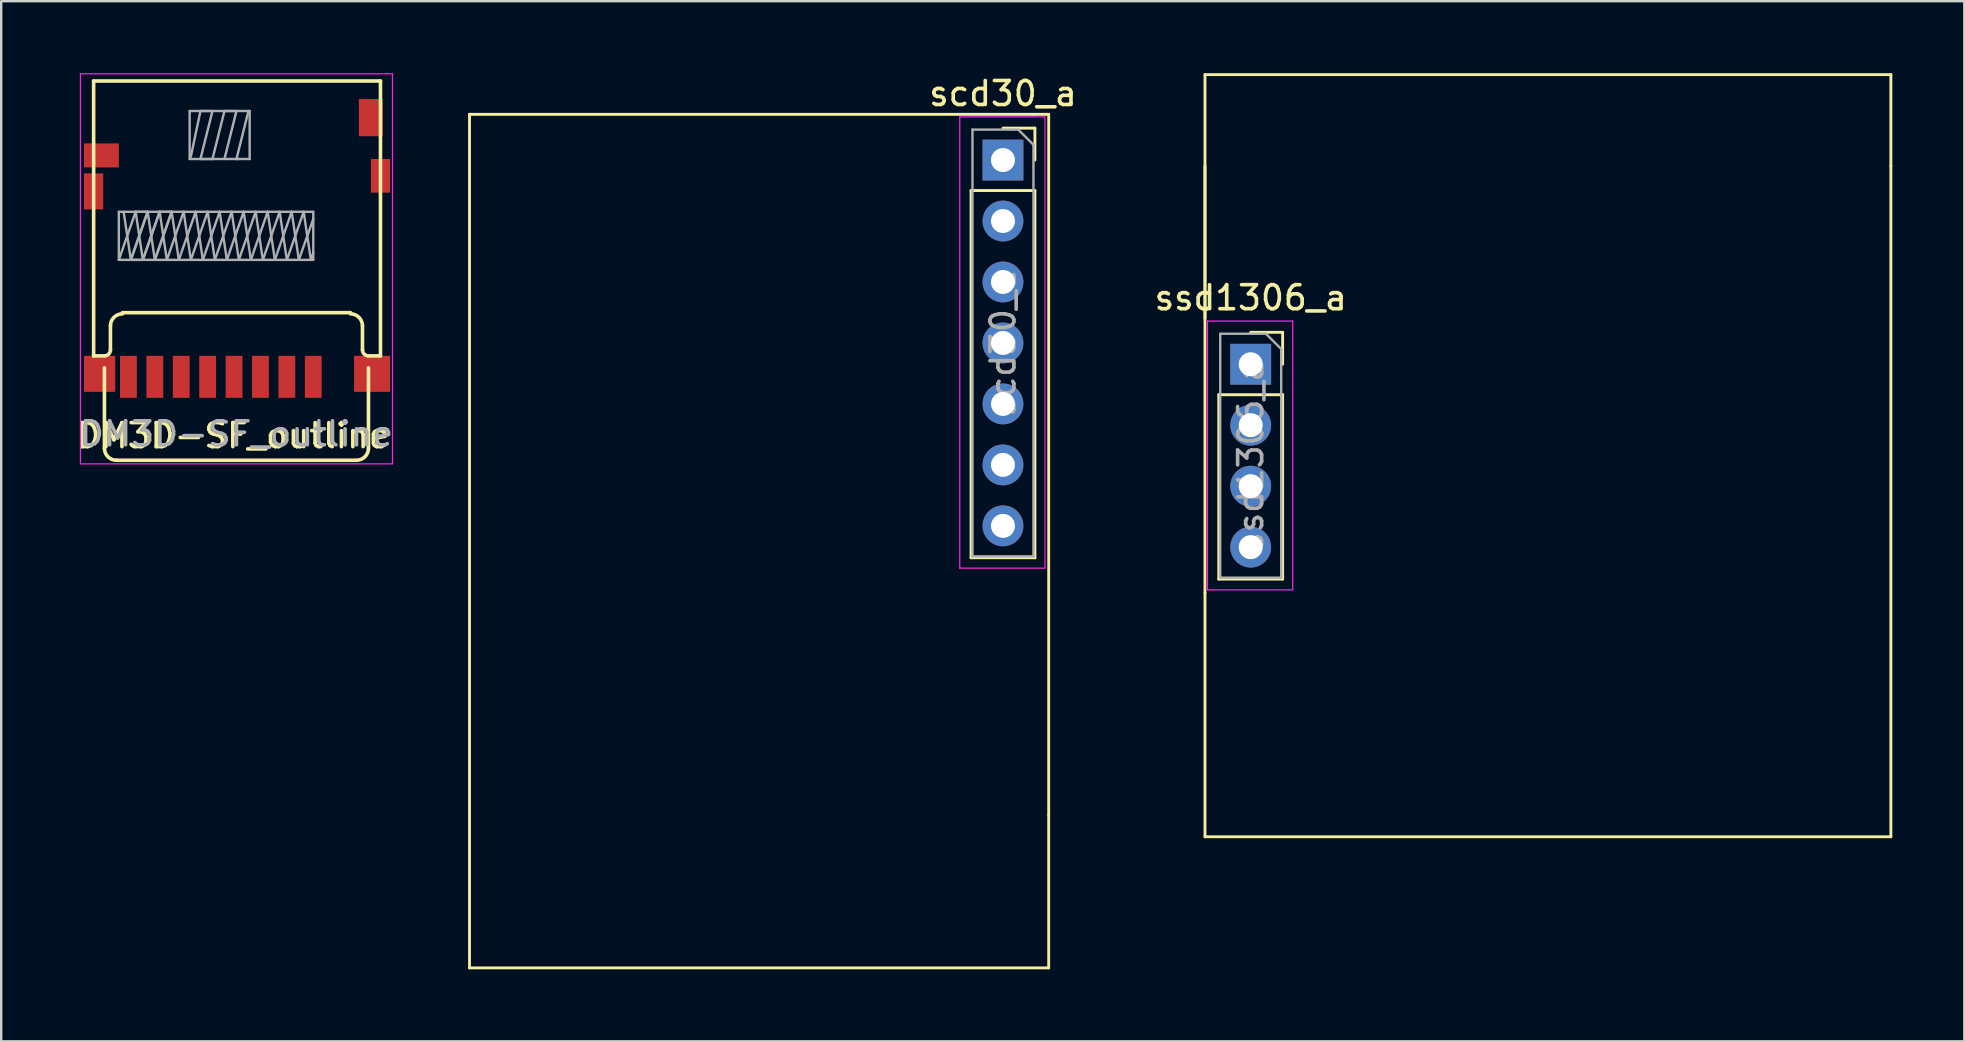
<source format=kicad_pcb>
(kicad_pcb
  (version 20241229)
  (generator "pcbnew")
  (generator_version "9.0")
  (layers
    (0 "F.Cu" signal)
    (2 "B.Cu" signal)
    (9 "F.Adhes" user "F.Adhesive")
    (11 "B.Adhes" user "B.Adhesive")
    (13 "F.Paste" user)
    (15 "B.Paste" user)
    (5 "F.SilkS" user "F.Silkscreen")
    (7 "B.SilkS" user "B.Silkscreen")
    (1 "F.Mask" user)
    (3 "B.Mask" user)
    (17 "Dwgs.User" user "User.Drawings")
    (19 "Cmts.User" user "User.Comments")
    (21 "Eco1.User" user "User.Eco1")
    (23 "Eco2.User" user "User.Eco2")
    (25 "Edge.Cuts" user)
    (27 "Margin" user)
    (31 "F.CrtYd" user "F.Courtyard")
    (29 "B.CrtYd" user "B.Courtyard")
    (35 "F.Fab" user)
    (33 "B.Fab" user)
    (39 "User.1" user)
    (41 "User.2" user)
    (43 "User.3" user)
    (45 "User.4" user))
  (footprint "ssd1306_a"
    (layer "F.Cu")
    (at 49.056 12.125)
    (property "Reference" "ssd1306_a" (at 0 -2.77 0) (layer "F.SilkS") (effects (font (size 1 1) (thickness 0.15))))
    (attr through_hole)
    (fp_line (start -1.905 -12.065) (end 26.67 -12.065) (stroke (width 0.12) (type solid)) (layer "F.SilkS"))
    (fp_line (start -1.905 -1.905) (end -1.905 -12.065) (stroke (width 0.12) (type solid)) (layer "F.SilkS"))
    (fp_line (start -1.905 9.525) (end -1.905 -8.255) (stroke (width 0.12) (type solid)) (layer "F.SilkS"))
    (fp_line (start -1.905 9.525) (end -1.905 19.685) (stroke (width 0.12) (type solid)) (layer "F.SilkS"))
    (fp_line (start -1.905 19.685) (end 26.67 19.685) (stroke (width 0.12) (type solid)) (layer "F.SilkS"))
    (fp_line (start -1.33 1.27) (end -1.33 8.95) (stroke (width 0.12) (type solid)) (layer "F.SilkS"))
    (fp_line (start -1.33 1.27) (end 1.33 1.27) (stroke (width 0.12) (type solid)) (layer "F.SilkS"))
    (fp_line (start -1.33 8.95) (end 1.33 8.95) (stroke (width 0.12) (type solid)) (layer "F.SilkS"))
    (fp_line (start 0 -1.33) (end 1.33 -1.33) (stroke (width 0.12) (type solid)) (layer "F.SilkS"))
    (fp_line (start 1.33 -1.33) (end 1.33 0) (stroke (width 0.12) (type solid)) (layer "F.SilkS"))
    (fp_line (start 1.33 1.27) (end 1.33 8.95) (stroke (width 0.12) (type solid)) (layer "F.SilkS"))
    (fp_line (start 26.67 -12.065) (end 26.67 -8.255) (stroke (width 0.12) (type solid)) (layer "F.SilkS"))
    (fp_line (start 26.67 19.685) (end 26.67 -8.255) (stroke (width 0.12) (type solid)) (layer "F.SilkS"))
    (fp_line (start -1.8 -1.8) (end 1.75 -1.8) (stroke (width 0.05) (type solid)) (layer "F.CrtYd"))
    (fp_line (start -1.8 9.4) (end -1.8 -1.8) (stroke (width 0.05) (type solid)) (layer "F.CrtYd"))
    (fp_line (start 1.75 -1.8) (end 1.75 9.4) (stroke (width 0.05) (type solid)) (layer "F.CrtYd"))
    (fp_line (start 1.75 9.4) (end -1.8 9.4) (stroke (width 0.05) (type solid)) (layer "F.CrtYd"))
    (fp_line (start -1.27 -1.27) (end 0.635 -1.27) (stroke (width 0.1) (type solid)) (layer "F.Fab"))
    (fp_line (start -1.27 8.89) (end -1.27 -1.27) (stroke (width 0.1) (type solid)) (layer "F.Fab"))
    (fp_line (start 0.635 -1.27) (end 1.27 -0.635) (stroke (width 0.1) (type solid)) (layer "F.Fab"))
    (fp_line (start 1.27 -0.635) (end 1.27 8.89) (stroke (width 0.1) (type solid)) (layer "F.Fab"))
    (fp_line (start 1.27 8.89) (end -1.27 8.89) (stroke (width 0.1) (type solid)) (layer "F.Fab"))
    (fp_text user "${REFERENCE}" (at 0 3.81 90) (layer "F.Fab") (effects (font (size 1 1) (thickness 0.15))))
    (pad "1" thru_hole rect (at 0 0) (size 1.7 1.7) (drill 1) (layers "*.Cu" "*.Mask"))
    (pad "2" thru_hole oval (at 0 2.54) (size 1.7 1.7) (drill 1) (layers "*.Cu" "*.Mask"))
    (pad "3" thru_hole oval (at 0 5.08) (size 1.7 1.7) (drill 1) (layers "*.Cu" "*.Mask"))
    (pad "4" thru_hole oval (at 0 7.62) (size 1.7 1.7) (drill 1) (layers "*.Cu" "*.Mask")))
  (footprint "scd30_a"
    (layer "F.Cu")
    (at 38.735 3.618)
    (property "Reference" "scd30_a" (at 0 -2.77 0) (layer "F.SilkS") (effects (font (size 1 1) (thickness 0.15))))
    (attr through_hole)
    (fp_line (start -22.225 -1.905) (end 1.27 -1.905) (stroke (width 0.12) (type solid)) (layer "F.SilkS"))
    (fp_line (start -22.225 33.655) (end -22.225 -1.905) (stroke (width 0.12) (type solid)) (layer "F.SilkS"))
    (fp_line (start -22.225 33.655) (end 1.905 33.655) (stroke (width 0.12) (type solid)) (layer "F.SilkS"))
    (fp_line (start -1.33 1.27) (end -1.33 16.57) (stroke (width 0.12) (type solid)) (layer "F.SilkS"))
    (fp_line (start -1.33 1.27) (end 1.33 1.27) (stroke (width 0.12) (type solid)) (layer "F.SilkS"))
    (fp_line (start -1.33 16.57) (end 1.33 16.57) (stroke (width 0.12) (type solid)) (layer "F.SilkS"))
    (fp_line (start 0 -1.33) (end 1.33 -1.33) (stroke (width 0.12) (type solid)) (layer "F.SilkS"))
    (fp_line (start 1.33 -1.33) (end 1.33 0) (stroke (width 0.12) (type solid)) (layer "F.SilkS"))
    (fp_line (start 1.33 1.27) (end 1.33 16.57) (stroke (width 0.12) (type solid)) (layer "F.SilkS"))
    (fp_line (start 1.905 -1.905) (end 1.27 -1.905) (stroke (width 0.12) (type solid)) (layer "F.SilkS"))
    (fp_line (start 1.905 27.305) (end 1.905 -1.905) (stroke (width 0.12) (type solid)) (layer "F.SilkS"))
    (fp_line (start 1.905 33.655) (end 1.905 27.305) (stroke (width 0.12) (type solid)) (layer "F.SilkS"))
    (fp_line (start -1.8 -1.8) (end 1.75 -1.8) (stroke (width 0.05) (type solid)) (layer "F.CrtYd"))
    (fp_line (start -1.8 17) (end -1.8 -1.8) (stroke (width 0.05) (type solid)) (layer "F.CrtYd"))
    (fp_line (start 1.75 -1.8) (end 1.75 17) (stroke (width 0.05) (type solid)) (layer "F.CrtYd"))
    (fp_line (start 1.75 17) (end -1.8 17) (stroke (width 0.05) (type solid)) (layer "F.CrtYd"))
    (fp_line (start -1.27 -1.27) (end 0.635 -1.27) (stroke (width 0.1) (type solid)) (layer "F.Fab"))
    (fp_line (start -1.27 16.51) (end -1.27 -1.27) (stroke (width 0.1) (type solid)) (layer "F.Fab"))
    (fp_line (start 0.635 -1.27) (end 1.27 -0.635) (stroke (width 0.1) (type solid)) (layer "F.Fab"))
    (fp_line (start 1.27 -0.635) (end 1.27 16.51) (stroke (width 0.1) (type solid)) (layer "F.Fab"))
    (fp_line (start 1.27 16.51) (end -1.27 16.51) (stroke (width 0.1) (type solid)) (layer "F.Fab"))
    (fp_text user "${REFERENCE}" (at 0 7.62 90) (layer "F.Fab") (effects (font (size 1 1) (thickness 0.15))))
    (pad "1" thru_hole rect (at 0 0) (size 1.7 1.7) (drill 1) (layers "*.Cu" "*.Mask"))
    (pad "2" thru_hole oval (at 0 2.54) (size 1.7 1.7) (drill 1) (layers "*.Cu" "*.Mask"))
    (pad "3" thru_hole oval (at 0 5.08) (size 1.7 1.7) (drill 1) (layers "*.Cu" "*.Mask"))
    (pad "4" thru_hole oval (at 0 7.62) (size 1.7 1.7) (drill 1) (layers "*.Cu" "*.Mask"))
    (pad "5" thru_hole oval (at 0 10.16) (size 1.7 1.7) (drill 1) (layers "*.Cu" "*.Mask"))
    (pad "6" thru_hole oval (at 0 12.7) (size 1.7 1.7) (drill 1) (layers "*.Cu" "*.Mask"))
    (pad "7" thru_hole oval (at 0 15.24) (size 1.7 1.7) (drill 1) (layers "*.Cu" "*.Mask")))
  (footprint "DM3D-SF_outline"
    (layer "F.Cu")
    (at 6.801 11.775)
    (property "Reference" "DM3D-SF_outline" (at -0.152 3.327 0) (layer "F.SilkS") (effects (font (size 1 1) (thickness 0.15))))
    (attr smd)
    (fp_line (start -5.95 -11.45) (end 6 -11.45) (stroke (width 0.15) (type solid)) (layer "F.SilkS"))
    (fp_line (start -5.95 0) (end -5.95 -11.45) (stroke (width 0.15) (type solid)) (layer "F.SilkS"))
    (fp_line (start -5.95 0) (end -5.5 0) (stroke (width 0.15) (type solid)) (layer "F.SilkS"))
    (fp_line (start -5.5 0.5) (end -5.5 3.85) (stroke (width 0.15) (type solid)) (layer "F.SilkS"))
    (fp_line (start -5.25 -0.25) (end -5.25 -1.25) (stroke (width 0.15) (type solid)) (layer "F.SilkS"))
    (fp_line (start -5 4.35) (end 5 4.35) (stroke (width 0.15) (type solid)) (layer "F.SilkS"))
    (fp_line (start -4.75 -1.8) (end 4.75 -1.8) (stroke (width 0.15) (type solid)) (layer "F.SilkS"))
    (fp_line (start 5.25 -0.25) (end 5.25 -1.25) (stroke (width 0.15) (type solid)) (layer "F.SilkS"))
    (fp_line (start 5.5 0) (end 6 0) (stroke (width 0.15) (type solid)) (layer "F.SilkS"))
    (fp_line (start 5.5 3.85) (end 5.5 0.5) (stroke (width 0.15) (type solid)) (layer "F.SilkS"))
    (fp_line (start 6 0) (end 6 -11.45) (stroke (width 0.15) (type solid)) (layer "F.SilkS"))
    (fp_arc (start -5.25 -1.25) (mid -5.103553 -1.603553) (end -4.75 -1.75) (stroke (width 0.15) (type solid)) (layer "F.SilkS"))
    (fp_arc (start -5.25 -0.25) (mid -5.323223 -0.073223) (end -5.5 0) (stroke (width 0.15) (type solid)) (layer "F.SilkS"))
    (fp_arc (start -5 4.35) (mid -5.353553 4.203553) (end -5.5 3.85) (stroke (width 0.15) (type solid)) (layer "F.SilkS"))
    (fp_arc (start 4.75 -1.75) (mid 5.103553 -1.603553) (end 5.25 -1.25) (stroke (width 0.15) (type solid)) (layer "F.SilkS"))
    (fp_arc (start 5.5 0) (mid 5.323223 -0.073223) (end 5.25 -0.25) (stroke (width 0.15) (type solid)) (layer "F.SilkS"))
    (fp_arc (start 5.5 3.85) (mid 5.353553 4.203553) (end 5 4.35) (stroke (width 0.15) (type solid)) (layer "F.SilkS"))
    (fp_line (start -6.5 -11.75) (end 6.5 -11.75) (stroke (width 0.05) (type solid)) (layer "F.CrtYd"))
    (fp_line (start -6.5 4.5) (end -6.5 -11.75) (stroke (width 0.05) (type solid)) (layer "F.CrtYd"))
    (fp_line (start 6.5 -11.75) (end 6.5 4.5) (stroke (width 0.05) (type solid)) (layer "F.CrtYd"))
    (fp_line (start 6.5 4.5) (end -6.5 4.5) (stroke (width 0.05) (type solid)) (layer "F.CrtYd"))
    (fp_line (start -4.9 -6) (end -4.9 -4) (stroke (width 0.1) (type solid)) (layer "F.Fab"))
    (fp_line (start -4.9 -6) (end 3.2 -6) (stroke (width 0.1) (type solid)) (layer "F.Fab"))
    (fp_line (start -4.9 -4) (end -4.2 -6) (stroke (width 0.1) (type solid)) (layer "F.Fab"))
    (fp_line (start -4.9 -4) (end 3.2 -4) (stroke (width 0.1) (type solid)) (layer "F.Fab"))
    (fp_line (start -4.7 -6) (end -4.4 -4) (stroke (width 0.1) (type solid)) (layer "F.Fab"))
    (fp_line (start -4.4 -4) (end -3.9 -4) (stroke (width 0.1) (type solid)) (layer "F.Fab"))
    (fp_line (start -4.4 -4) (end -3.7 -6) (stroke (width 0.1) (type solid)) (layer "F.Fab"))
    (fp_line (start -4.2 -6) (end -3.9 -4) (stroke (width 0.1) (type solid)) (layer "F.Fab"))
    (fp_line (start -4.2 -6) (end -3.7 -6) (stroke (width 0.1) (type solid)) (layer "F.Fab"))
    (fp_line (start -3.9 -4) (end -3.2 -6) (stroke (width 0.1) (type solid)) (layer "F.Fab"))
    (fp_line (start -3.9 -4) (end -3.2 -6) (stroke (width 0.1) (type solid)) (layer "F.Fab"))
    (fp_line (start -3.7 -6) (end -4.4 -4) (stroke (width 0.1) (type solid)) (layer "F.Fab"))
    (fp_line (start -3.7 -6) (end -3.4 -4) (stroke (width 0.1) (type solid)) (layer "F.Fab"))
    (fp_line (start -3.4 -4) (end -2.7 -6) (stroke (width 0.1) (type solid)) (layer "F.Fab"))
    (fp_line (start -3.2 -6) (end -2.9 -4) (stroke (width 0.1) (type solid)) (layer "F.Fab"))
    (fp_line (start -3.2 -6) (end -2.7 -6) (stroke (width 0.1) (type solid)) (layer "F.Fab"))
    (fp_line (start -2.9 -4) (end -2.2 -6) (stroke (width 0.1) (type solid)) (layer "F.Fab"))
    (fp_line (start -2.7 -6) (end -3.4 -4) (stroke (width 0.1) (type solid)) (layer "F.Fab"))
    (fp_line (start -2.7 -6) (end -2.4 -4) (stroke (width 0.1) (type solid)) (layer "F.Fab"))
    (fp_line (start -2.4 -4) (end -1.7 -6) (stroke (width 0.1) (type solid)) (layer "F.Fab"))
    (fp_line (start -2.2 -6) (end -1.9 -4) (stroke (width 0.1) (type solid)) (layer "F.Fab"))
    (fp_line (start -1.95 -10.2) (end -1.95 -8.2) (stroke (width 0.1) (type solid)) (layer "F.Fab"))
    (fp_line (start -1.9 -8.3) (end -1.5 -10.2) (stroke (width 0.1) (type solid)) (layer "F.Fab"))
    (fp_line (start -1.9 -4) (end -1.2 -6) (stroke (width 0.1) (type solid)) (layer "F.Fab"))
    (fp_line (start -1.7 -6) (end -1.4 -4) (stroke (width 0.1) (type solid)) (layer "F.Fab"))
    (fp_line (start -1.5 -10.2) (end -1 -10.2) (stroke (width 0.1) (type solid)) (layer "F.Fab"))
    (fp_line (start -1.5 -8.2) (end -1 -8.2) (stroke (width 0.1) (type solid)) (layer "F.Fab"))
    (fp_line (start -1.4 -4) (end -0.7 -6) (stroke (width 0.1) (type solid)) (layer "F.Fab"))
    (fp_line (start -1.2 -6) (end -0.9 -4) (stroke (width 0.1) (type solid)) (layer "F.Fab"))
    (fp_line (start -1 -10.2) (end -1.5 -8.2) (stroke (width 0.1) (type solid)) (layer "F.Fab"))
    (fp_line (start -1 -8.2) (end -0.5 -10.2) (stroke (width 0.1) (type solid)) (layer "F.Fab"))
    (fp_line (start -0.9 -4) (end -0.2 -6) (stroke (width 0.1) (type solid)) (layer "F.Fab"))
    (fp_line (start -0.7 -6) (end -0.4 -4) (stroke (width 0.1) (type solid)) (layer "F.Fab"))
    (fp_line (start -0.5 -10.2) (end 0 -10.2) (stroke (width 0.1) (type solid)) (layer "F.Fab"))
    (fp_line (start -0.4 -4) (end 0.3 -6) (stroke (width 0.1) (type solid)) (layer "F.Fab"))
    (fp_line (start -0.2 -6) (end 0.1 -4) (stroke (width 0.1) (type solid)) (layer "F.Fab"))
    (fp_line (start 0 -10.2) (end -0.5 -8.2) (stroke (width 0.1) (type solid)) (layer "F.Fab"))
    (fp_line (start 0 -8.2) (end 0.5 -10.2) (stroke (width 0.1) (type solid)) (layer "F.Fab"))
    (fp_line (start 0.1 -8.2) (end 0 -8.2) (stroke (width 0.1) (type solid)) (layer "F.Fab"))
    (fp_line (start 0.1 -4) (end 0.8 -6) (stroke (width 0.1) (type solid)) (layer "F.Fab"))
    (fp_line (start 0.3 -6) (end 0.6 -4) (stroke (width 0.1) (type solid)) (layer "F.Fab"))
    (fp_line (start 0.55 -10.2) (end -1.95 -10.2) (stroke (width 0.1) (type solid)) (layer "F.Fab"))
    (fp_line (start 0.55 -8.2) (end -1.95 -8.2) (stroke (width 0.1) (type solid)) (layer "F.Fab"))
    (fp_line (start 0.55 -8.2) (end 0.55 -10.2) (stroke (width 0.1) (type solid)) (layer "F.Fab"))
    (fp_line (start 0.6 -4) (end 1.3 -6) (stroke (width 0.1) (type solid)) (layer "F.Fab"))
    (fp_line (start 0.8 -6) (end 1.1 -4) (stroke (width 0.1) (type solid)) (layer "F.Fab"))
    (fp_line (start 1.1 -4) (end 1.8 -6) (stroke (width 0.1) (type solid)) (layer "F.Fab"))
    (fp_line (start 1.3 -6) (end 1.6 -4) (stroke (width 0.1) (type solid)) (layer "F.Fab"))
    (fp_line (start 1.6 -4) (end 2.3 -6) (stroke (width 0.1) (type solid)) (layer "F.Fab"))
    (fp_line (start 1.8 -6) (end 2.1 -4) (stroke (width 0.1) (type solid)) (layer "F.Fab"))
    (fp_line (start 2.1 -4) (end 2.8 -6) (stroke (width 0.1) (type solid)) (layer "F.Fab"))
    (fp_line (start 2.3 -6) (end 2.6 -4) (stroke (width 0.1) (type solid)) (layer "F.Fab"))
    (fp_line (start 2.6 -4) (end 3.2 -5.7) (stroke (width 0.1) (type solid)) (layer "F.Fab"))
    (fp_line (start 2.8 -6) (end 3.1 -4) (stroke (width 0.1) (type solid)) (layer "F.Fab"))
    (fp_line (start 3.1 -4) (end 3.2 -4.3) (stroke (width 0.1) (type solid)) (layer "F.Fab"))
    (fp_line (start 3.2 -4) (end 3.2 -6) (stroke (width 0.1) (type solid)) (layer "F.Fab"))
    (fp_text user "${REFERENCE}" (at 0 3.25 0) (layer "F.Fab") (effects (font (size 1 1) (thickness 0.15))))
    (pad "1" smd rect (at 3.2 0.875) (size 0.7 1.75) (layers "F.Cu" "F.Mask" "F.Paste"))
    (pad "2" smd rect (at 2.1 0.875) (size 0.7 1.75) (layers "F.Cu" "F.Mask" "F.Paste"))
    (pad "3" smd rect (at 1 0.875) (size 0.7 1.75) (layers "F.Cu" "F.Mask" "F.Paste"))
    (pad "4" smd rect (at -0.1 0.875) (size 0.7 1.75) (layers "F.Cu" "F.Mask" "F.Paste"))
    (pad "5" smd rect (at -1.2 0.875) (size 0.7 1.75) (layers "F.Cu" "F.Mask" "F.Paste"))
    (pad "6" smd rect (at -2.3 0.875) (size 0.7 1.75) (layers "F.Cu" "F.Mask" "F.Paste"))
    (pad "7" smd rect (at -3.4 0.875) (size 0.7 1.75) (layers "F.Cu" "F.Mask" "F.Paste"))
    (pad "8" smd rect (at -4.5 0.875) (size 0.7 1.75) (layers "F.Cu" "F.Mask" "F.Paste"))
    (pad "9" smd rect (at -5.7 0.75) (size 1.3 1.5) (layers "F.Cu" "F.Mask" "F.Paste"))
    (pad "10" smd rect (at -5.95 -6.85) (size 0.8 1.5) (layers "F.Cu" "F.Mask" "F.Paste"))
    (pad "11" smd rect (at 6 -7.5) (size 0.8 1.4) (layers "F.Cu" "F.Mask" "F.Paste"))
    (pad "12" smd rect (at 5.65 0.75) (size 1.5 1.5) (layers "F.Cu" "F.Mask" "F.Paste"))
    (pad "A" smd rect (at 5.6 -9.925) (size 1 1.55) (layers "F.Cu" "F.Mask" "F.Paste"))
    (pad "B" smd rect (at -5.625 -8.35) (size 1.45 1) (layers "F.Cu" "F.Mask" "F.Paste")))
  (gr_rect
    (start -3 -3)
    (end 78.786 40.333)
    (stroke (width 0.1) (type default))
    (fill no)
    (layer "Edge.Cuts")))
</source>
